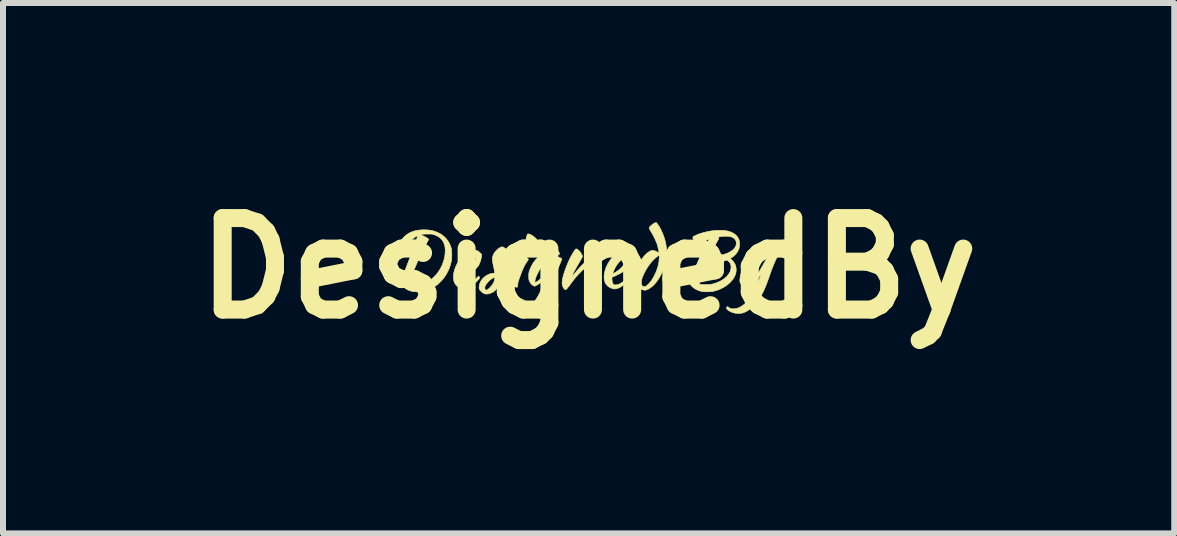
<source format=kicad_pcb>
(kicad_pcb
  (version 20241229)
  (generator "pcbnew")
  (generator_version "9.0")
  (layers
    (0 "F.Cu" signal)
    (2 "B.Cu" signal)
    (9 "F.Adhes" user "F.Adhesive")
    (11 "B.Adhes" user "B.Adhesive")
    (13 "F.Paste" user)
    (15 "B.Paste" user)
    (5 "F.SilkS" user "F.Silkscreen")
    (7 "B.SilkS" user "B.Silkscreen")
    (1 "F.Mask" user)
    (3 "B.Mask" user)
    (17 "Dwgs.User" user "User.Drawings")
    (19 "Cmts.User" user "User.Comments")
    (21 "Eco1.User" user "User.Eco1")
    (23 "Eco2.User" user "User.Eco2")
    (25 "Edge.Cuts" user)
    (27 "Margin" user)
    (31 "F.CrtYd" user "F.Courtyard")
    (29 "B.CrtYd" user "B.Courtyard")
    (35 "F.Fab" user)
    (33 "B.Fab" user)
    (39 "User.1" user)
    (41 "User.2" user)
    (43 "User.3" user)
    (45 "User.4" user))
  (footprint "DesignedBy"
    (layer "F.Cu")
    (at 6.756 1.418)
    (property "Reference" "DesignedBy" (at 0 0 0) (layer "F.SilkS") (effects (font (size 1.524 1.524) (thickness 0.3))))
    (attr through_hole)
    (fp_poly (pts (xy -0.992 -0.569) (xy -0.975 -0.563) (xy -0.954 -0.553) (xy -0.933 -0.54) (xy -0.912 -0.525) (xy -0.896 -0.512) (xy -0.879 -0.496) (xy -0.869 -0.485) (xy -0.864 -0.476) (xy -0.864 -0.468) (xy -0.87 -0.458) (xy -0.882 -0.445) (xy -0.889 -0.438) (xy -0.903 -0.422) (xy -0.92 -0.403) (xy -0.937 -0.382) (xy -0.955 -0.361) (xy -0.97 -0.341) (xy -0.983 -0.324) (xy -0.992 -0.311) (xy -0.994 -0.308) (xy -1.003 -0.299) (xy -1.014 -0.297) (xy -1.027 -0.304) (xy -1.033 -0.309) (xy -1.042 -0.318) (xy -1.045 -0.326) (xy -1.044 -0.337) (xy -1.045 -0.353) (xy -1.048 -0.363) (xy -1.052 -0.378) (xy -1.054 -0.399) (xy -1.052 -0.426) (xy -1.048 -0.456) (xy -1.042 -0.489) (xy -1.033 -0.522) (xy -1.028 -0.54) (xy -1.022 -0.555) (xy -1.018 -0.564) (xy -1.014 -0.569) (xy -1.008 -0.57) (xy -1.005 -0.571) (xy -0.992 -0.569)) (stroke (width 0.01) (type solid)) (fill yes) (layer "F.SilkS"))
    (fp_poly (pts (xy -1.116 -0.226) (xy -1.1 -0.22) (xy -1.081 -0.211) (xy -1.062 -0.199) (xy -1.043 -0.186) (xy -1.026 -0.173) (xy -1.013 -0.161) (xy -1.005 -0.151) (xy -1.003 -0.146) (xy -1.006 -0.14) (xy -1.012 -0.129) (xy -1.022 -0.116) (xy -1.027 -0.109) (xy -1.045 -0.083) (xy -1.064 -0.05) (xy -1.083 -0.011) (xy -1.103 0.033) (xy -1.122 0.082) (xy -1.124 0.087) (xy -1.139 0.128) (xy -1.152 0.161) (xy -1.161 0.189) (xy -1.168 0.212) (xy -1.174 0.23) (xy -1.177 0.246) (xy -1.179 0.259) (xy -1.179 0.262) (xy -1.181 0.285) (xy -1.183 0.3) (xy -1.185 0.31) (xy -1.188 0.315) (xy -1.192 0.317) (xy -1.197 0.318) (xy -1.208 0.315) (xy -1.221 0.31) (xy -1.228 0.305) (xy -1.248 0.29) (xy -1.265 0.272) (xy -1.278 0.253) (xy -1.283 0.239) (xy -1.286 0.224) (xy -1.286 0.205) (xy -1.284 0.18) (xy -1.28 0.149) (xy -1.273 0.111) (xy -1.268 0.083) (xy -1.259 0.039) (xy -1.251 0.003) (xy -1.243 -0.028) (xy -1.236 -0.053) (xy -1.23 -0.075) (xy -1.223 -0.095) (xy -1.219 -0.104) (xy -1.206 -0.131) (xy -1.192 -0.156) (xy -1.176 -0.179) (xy -1.16 -0.199) (xy -1.145 -0.214) (xy -1.131 -0.224) (xy -1.119 -0.227) (xy -1.116 -0.226)) (stroke (width 0.01) (type solid)) (fill yes) (layer "F.SilkS"))
    (fp_poly (pts (xy -1.899 -0.3) (xy -1.877 -0.297) (xy -1.858 -0.292) (xy -1.84 -0.282) (xy -1.821 -0.267) (xy -1.809 -0.257) (xy -1.781 -0.231) (xy -1.784 -0.203) (xy -1.791 -0.158) (xy -1.803 -0.114) (xy -1.819 -0.074) (xy -1.821 -0.068) (xy -1.831 -0.049) (xy -1.842 -0.033) (xy -1.854 -0.018) (xy -1.871 0.001) (xy -1.877 0.007) (xy -1.896 0.024) (xy -1.915 0.041) (xy -1.934 0.056) (xy -1.947 0.066) (xy -1.964 0.075) (xy -1.985 0.087) (xy -2.01 0.1) (xy -2.036 0.113) (xy -2.062 0.126) (xy -2.084 0.136) (xy -2.102 0.143) (xy -2.105 0.144) (xy -2.121 0.15) (xy -2.121 0.182) (xy -2.119 0.215) (xy -2.112 0.242) (xy -2.102 0.262) (xy -2.096 0.268) (xy -2.089 0.275) (xy -2.082 0.278) (xy -2.072 0.279) (xy -2.058 0.279) (xy -2.055 0.279) (xy -2.023 0.273) (xy -1.99 0.26) (xy -1.954 0.239) (xy -1.916 0.211) (xy -1.876 0.174) (xy -1.871 0.169) (xy -1.834 0.132) (xy -1.823 0.143) (xy -1.816 0.152) (xy -1.812 0.158) (xy -1.812 0.158) (xy -1.815 0.164) (xy -1.823 0.175) (xy -1.834 0.188) (xy -1.848 0.204) (xy -1.864 0.22) (xy -1.879 0.236) (xy -1.894 0.25) (xy -1.903 0.258) (xy -1.943 0.29) (xy -1.981 0.315) (xy -2.015 0.332) (xy -2.046 0.342) (xy -2.076 0.346) (xy -2.104 0.343) (xy -2.106 0.343) (xy -2.13 0.334) (xy -2.155 0.322) (xy -2.179 0.307) (xy -2.194 0.295) (xy -2.218 0.268) (xy -2.235 0.24) (xy -2.246 0.208) (xy -2.251 0.172) (xy -2.252 0.147) (xy -2.248 0.091) (xy -2.248 0.091) (xy -2.108 0.091) (xy -2.107 0.093) (xy -2.101 0.092) (xy -2.091 0.086) (xy -2.076 0.077) (xy -2.062 0.069) (xy -2.011 0.033) (xy -1.968 -0.004) (xy -1.933 -0.043) (xy -1.907 -0.083) (xy -1.899 -0.098) (xy -1.891 -0.115) (xy -1.885 -0.134) (xy -1.88 -0.151) (xy -1.876 -0.166) (xy -1.876 -0.177) (xy -1.877 -0.18) (xy -1.883 -0.181) (xy -1.894 -0.178) (xy -1.909 -0.172) (xy -1.926 -0.164) (xy -1.942 -0.154) (xy -1.946 -0.152) (xy -1.979 -0.126) (xy -2.011 -0.092) (xy -2.041 -0.053) (xy -2.067 -0.009) (xy -2.09 0.039) (xy -2.097 0.058) (xy -2.102 0.073) (xy -2.106 0.085) (xy -2.108 0.091) (xy -2.108 0.091) (xy -2.248 0.091) (xy -2.236 0.035) (xy -2.216 -0.02) (xy -2.19 -0.075) (xy -2.156 -0.127) (xy -2.117 -0.176) (xy -2.096 -0.199) (xy -2.057 -0.234) (xy -2.019 -0.262) (xy -1.981 -0.282) (xy -1.945 -0.295) (xy -1.91 -0.3) (xy -1.899 -0.3)) (stroke (width 0.01) (type solid)) (fill yes) (layer "F.SilkS"))
    (fp_poly (pts (xy 0.611 -0.3) (xy 0.634 -0.297) (xy 0.653 -0.292) (xy 0.671 -0.282) (xy 0.69 -0.267) (xy 0.702 -0.257) (xy 0.729 -0.231) (xy 0.726 -0.203) (xy 0.719 -0.158) (xy 0.707 -0.114) (xy 0.692 -0.074) (xy 0.689 -0.068) (xy 0.679 -0.049) (xy 0.669 -0.033) (xy 0.656 -0.018) (xy 0.639 0.001) (xy 0.633 0.007) (xy 0.615 0.024) (xy 0.595 0.041) (xy 0.576 0.056) (xy 0.563 0.066) (xy 0.547 0.075) (xy 0.525 0.087) (xy 0.5 0.1) (xy 0.474 0.113) (xy 0.449 0.126) (xy 0.426 0.136) (xy 0.408 0.143) (xy 0.405 0.144) (xy 0.389 0.15) (xy 0.389 0.182) (xy 0.392 0.215) (xy 0.398 0.242) (xy 0.409 0.262) (xy 0.414 0.268) (xy 0.422 0.275) (xy 0.429 0.278) (xy 0.438 0.279) (xy 0.453 0.279) (xy 0.456 0.279) (xy 0.487 0.273) (xy 0.521 0.26) (xy 0.556 0.239) (xy 0.594 0.211) (xy 0.634 0.174) (xy 0.64 0.169) (xy 0.676 0.132) (xy 0.687 0.143) (xy 0.695 0.152) (xy 0.698 0.158) (xy 0.699 0.158) (xy 0.696 0.164) (xy 0.688 0.175) (xy 0.676 0.188) (xy 0.662 0.204) (xy 0.647 0.22) (xy 0.631 0.236) (xy 0.616 0.25) (xy 0.608 0.258) (xy 0.567 0.29) (xy 0.53 0.315) (xy 0.496 0.332) (xy 0.464 0.342) (xy 0.434 0.346) (xy 0.407 0.343) (xy 0.405 0.343) (xy 0.381 0.334) (xy 0.355 0.322) (xy 0.332 0.307) (xy 0.316 0.295) (xy 0.292 0.268) (xy 0.275 0.24) (xy 0.265 0.208) (xy 0.259 0.172) (xy 0.258 0.147) (xy 0.262 0.091) (xy 0.263 0.091) (xy 0.402 0.091) (xy 0.404 0.093) (xy 0.409 0.092) (xy 0.419 0.086) (xy 0.434 0.077) (xy 0.448 0.069) (xy 0.499 0.033) (xy 0.542 -0.004) (xy 0.577 -0.043) (xy 0.604 -0.083) (xy 0.611 -0.098) (xy 0.619 -0.115) (xy 0.625 -0.134) (xy 0.631 -0.151) (xy 0.634 -0.166) (xy 0.635 -0.177) (xy 0.634 -0.18) (xy 0.628 -0.181) (xy 0.616 -0.178) (xy 0.602 -0.172) (xy 0.585 -0.164) (xy 0.568 -0.154) (xy 0.564 -0.152) (xy 0.531 -0.126) (xy 0.499 -0.092) (xy 0.469 -0.053) (xy 0.443 -0.009) (xy 0.421 0.039) (xy 0.413 0.058) (xy 0.408 0.073) (xy 0.404 0.085) (xy 0.402 0.091) (xy 0.402 0.091) (xy 0.263 0.091) (xy 0.275 0.035) (xy 0.294 -0.02) (xy 0.321 -0.075) (xy 0.354 -0.127) (xy 0.393 -0.176) (xy 0.415 -0.199) (xy 0.453 -0.234) (xy 0.491 -0.262) (xy 0.529 -0.282) (xy 0.566 -0.295) (xy 0.601 -0.3) (xy 0.611 -0.3)) (stroke (width 0.01) (type solid)) (fill yes) (layer "F.SilkS"))
    (fp_poly (pts (xy 1.127 -0.759) (xy 1.133 -0.755) (xy 1.135 -0.752) (xy 1.159 -0.72) (xy 1.184 -0.682) (xy 1.207 -0.637) (xy 1.229 -0.589) (xy 1.249 -0.538) (xy 1.266 -0.487) (xy 1.28 -0.436) (xy 1.285 -0.414) (xy 1.297 -0.339) (xy 1.302 -0.267) (xy 1.299 -0.197) (xy 1.29 -0.128) (xy 1.273 -0.057) (xy 1.248 0.015) (xy 1.246 0.021) (xy 1.221 0.078) (xy 1.193 0.132) (xy 1.163 0.182) (xy 1.131 0.228) (xy 1.097 0.268) (xy 1.062 0.302) (xy 1.027 0.329) (xy 0.992 0.35) (xy 0.967 0.36) (xy 0.953 0.364) (xy 0.943 0.367) (xy 0.938 0.368) (xy 0.938 0.368) (xy 0.934 0.367) (xy 0.924 0.365) (xy 0.91 0.362) (xy 0.908 0.361) (xy 0.868 0.349) (xy 0.833 0.331) (xy 0.805 0.307) (xy 0.783 0.278) (xy 0.767 0.244) (xy 0.764 0.226) (xy 0.878 0.226) (xy 0.878 0.254) (xy 0.884 0.277) (xy 0.894 0.294) (xy 0.903 0.301) (xy 0.918 0.307) (xy 0.932 0.308) (xy 0.948 0.303) (xy 0.954 0.3) (xy 0.965 0.293) (xy 0.979 0.282) (xy 0.994 0.268) (xy 1.001 0.261) (xy 1.034 0.224) (xy 1.065 0.179) (xy 1.093 0.129) (xy 1.119 0.074) (xy 1.141 0.016) (xy 1.141 0.015) (xy 1.153 -0.021) (xy 1.161 -0.052) (xy 1.167 -0.08) (xy 1.172 -0.108) (xy 1.174 -0.138) (xy 1.176 -0.16) (xy 1.178 -0.217) (xy 1.16 -0.207) (xy 1.148 -0.199) (xy 1.132 -0.186) (xy 1.113 -0.169) (xy 1.092 -0.15) (xy 1.072 -0.13) (xy 1.053 -0.11) (xy 1.038 -0.092) (xy 1.036 -0.09) (xy 1.006 -0.051) (xy 0.977 -0.008) (xy 0.95 0.038) (xy 0.926 0.084) (xy 0.905 0.129) (xy 0.894 0.158) (xy 0.883 0.194) (xy 0.878 0.226) (xy 0.764 0.226) (xy 0.759 0.206) (xy 0.758 0.18) (xy 0.759 0.158) (xy 0.763 0.13) (xy 0.77 0.099) (xy 0.778 0.068) (xy 0.786 0.042) (xy 0.803 -0.003) (xy 0.823 -0.048) (xy 0.847 -0.091) (xy 0.872 -0.132) (xy 0.9 -0.17) (xy 0.928 -0.204) (xy 0.957 -0.234) (xy 0.985 -0.259) (xy 1.013 -0.278) (xy 1.039 -0.291) (xy 1.064 -0.296) (xy 1.069 -0.296) (xy 1.088 -0.294) (xy 1.11 -0.286) (xy 1.134 -0.276) (xy 1.155 -0.263) (xy 1.159 -0.26) (xy 1.168 -0.253) (xy 1.172 -0.252) (xy 1.173 -0.255) (xy 1.173 -0.259) (xy 1.172 -0.27) (xy 1.169 -0.288) (xy 1.164 -0.31) (xy 1.159 -0.334) (xy 1.153 -0.359) (xy 1.147 -0.382) (xy 1.141 -0.402) (xy 1.139 -0.409) (xy 1.125 -0.443) (xy 1.108 -0.482) (xy 1.087 -0.525) (xy 1.063 -0.569) (xy 1.042 -0.606) (xy 1.03 -0.627) (xy 1.02 -0.644) (xy 1.013 -0.659) (xy 1.008 -0.668) (xy 1.008 -0.67) (xy 1.011 -0.679) (xy 1.02 -0.691) (xy 1.034 -0.705) (xy 1.051 -0.72) (xy 1.069 -0.733) (xy 1.087 -0.745) (xy 1.104 -0.754) (xy 1.11 -0.756) (xy 1.121 -0.759) (xy 1.127 -0.759)) (stroke (width 0.01) (type solid)) (fill yes) (layer "F.SilkS"))
    (fp_poly (pts (xy -1.425 -0.352) (xy -1.41 -0.344) (xy -1.391 -0.331) (xy -1.372 -0.314) (xy -1.352 -0.296) (xy -1.332 -0.276) (xy -1.315 -0.256) (xy -1.301 -0.237) (xy -1.3 -0.235) (xy -1.292 -0.221) (xy -1.288 -0.208) (xy -1.288 -0.194) (xy -1.291 -0.175) (xy -1.294 -0.161) (xy -1.302 -0.135) (xy -1.311 -0.111) (xy -1.322 -0.091) (xy -1.334 -0.075) (xy -1.345 -0.064) (xy -1.356 -0.059) (xy -1.365 -0.06) (xy -1.372 -0.069) (xy -1.372 -0.069) (xy -1.374 -0.076) (xy -1.373 -0.085) (xy -1.37 -0.098) (xy -1.365 -0.114) (xy -1.358 -0.14) (xy -1.357 -0.161) (xy -1.362 -0.175) (xy -1.372 -0.183) (xy -1.388 -0.186) (xy -1.395 -0.185) (xy -1.416 -0.179) (xy -1.435 -0.164) (xy -1.45 -0.142) (xy -1.463 -0.113) (xy -1.473 -0.076) (xy -1.481 -0.032) (xy -1.485 0.017) (xy -1.487 0.072) (xy -1.441 0.073) (xy -1.421 0.074) (xy -1.407 0.074) (xy -1.399 0.076) (xy -1.395 0.078) (xy -1.394 0.082) (xy -1.394 0.083) (xy -1.394 0.091) (xy -1.398 0.097) (xy -1.408 0.103) (xy -1.424 0.108) (xy -1.433 0.11) (xy -1.454 0.116) (xy -1.468 0.121) (xy -1.477 0.127) (xy -1.482 0.136) (xy -1.484 0.149) (xy -1.485 0.169) (xy -1.485 0.179) (xy -1.486 0.214) (xy -1.489 0.243) (xy -1.495 0.27) (xy -1.504 0.295) (xy -1.51 0.308) (xy -1.531 0.343) (xy -1.559 0.373) (xy -1.592 0.398) (xy -1.63 0.416) (xy -1.66 0.425) (xy -1.686 0.43) (xy -1.707 0.431) (xy -1.726 0.428) (xy -1.743 0.421) (xy -1.762 0.41) (xy -1.782 0.395) (xy -1.8 0.377) (xy -1.813 0.36) (xy -1.817 0.355) (xy -1.823 0.333) (xy -1.823 0.328) (xy -1.73 0.328) (xy -1.73 0.333) (xy -1.727 0.343) (xy -1.721 0.355) (xy -1.714 0.364) (xy -1.708 0.368) (xy -1.707 0.368) (xy -1.703 0.367) (xy -1.694 0.362) (xy -1.688 0.359) (xy -1.672 0.349) (xy -1.654 0.333) (xy -1.635 0.314) (xy -1.617 0.293) (xy -1.601 0.273) (xy -1.594 0.261) (xy -1.581 0.236) (xy -1.571 0.21) (xy -1.565 0.186) (xy -1.562 0.167) (xy -1.562 0.167) (xy -1.563 0.157) (xy -1.566 0.154) (xy -1.572 0.155) (xy -1.594 0.164) (xy -1.618 0.179) (xy -1.642 0.197) (xy -1.665 0.219) (xy -1.686 0.242) (xy -1.704 0.265) (xy -1.718 0.288) (xy -1.727 0.309) (xy -1.73 0.328) (xy -1.823 0.328) (xy -1.824 0.307) (xy -1.82 0.279) (xy -1.81 0.249) (xy -1.797 0.219) (xy -1.779 0.191) (xy -1.769 0.18) (xy -1.74 0.15) (xy -1.706 0.125) (xy -1.671 0.106) (xy -1.634 0.092) (xy -1.598 0.085) (xy -1.585 0.085) (xy -1.565 0.085) (xy -1.568 0.056) (xy -1.569 0.042) (xy -1.573 0.021) (xy -1.578 -0.003) (xy -1.583 -0.028) (xy -1.586 -0.038) (xy -1.594 -0.078) (xy -1.6 -0.111) (xy -1.603 -0.139) (xy -1.603 -0.163) (xy -1.6 -0.186) (xy -1.593 -0.207) (xy -1.584 -0.23) (xy -1.58 -0.238) (xy -1.565 -0.262) (xy -1.546 -0.286) (xy -1.524 -0.308) (xy -1.501 -0.327) (xy -1.478 -0.342) (xy -1.455 -0.352) (xy -1.436 -0.356) (xy -1.436 -0.356) (xy -1.425 -0.352)) (stroke (width 0.01) (type solid)) (fill yes) (layer "F.SilkS"))
    (fp_poly (pts (xy 2.78 -0.304) (xy 2.807 -0.299) (xy 2.833 -0.29) (xy 2.856 -0.278) (xy 2.866 -0.272) (xy 2.88 -0.26) (xy 2.851 -0.22) (xy 2.811 -0.159) (xy 2.773 -0.092) (xy 2.738 -0.022) (xy 2.709 0.049) (xy 2.685 0.118) (xy 2.683 0.122) (xy 2.676 0.151) (xy 2.669 0.178) (xy 2.665 0.202) (xy 2.663 0.221) (xy 2.663 0.235) (xy 2.666 0.243) (xy 2.666 0.243) (xy 2.674 0.243) (xy 2.686 0.238) (xy 2.702 0.228) (xy 2.719 0.215) (xy 2.731 0.204) (xy 2.748 0.187) (xy 2.765 0.168) (xy 2.783 0.147) (xy 2.801 0.121) (xy 2.821 0.092) (xy 2.842 0.057) (xy 2.866 0.017) (xy 2.892 -0.029) (xy 2.915 -0.071) (xy 2.932 -0.101) (xy 2.949 -0.131) (xy 2.965 -0.161) (xy 2.98 -0.187) (xy 2.992 -0.209) (xy 3 -0.224) (xy 3.028 -0.272) (xy 3.048 -0.269) (xy 3.067 -0.265) (xy 3.088 -0.259) (xy 3.108 -0.251) (xy 3.127 -0.242) (xy 3.142 -0.234) (xy 3.151 -0.226) (xy 3.154 -0.22) (xy 3.152 -0.216) (xy 3.148 -0.204) (xy 3.141 -0.188) (xy 3.132 -0.169) (xy 3.126 -0.156) (xy 3.104 -0.108) (xy 3.086 -0.065) (xy 3.069 -0.024) (xy 3.053 0.016) (xy 3.037 0.06) (xy 3.02 0.108) (xy 3.014 0.127) (xy 2.99 0.195) (xy 2.967 0.257) (xy 2.945 0.311) (xy 2.924 0.361) (xy 2.903 0.405) (xy 2.881 0.446) (xy 2.859 0.484) (xy 2.835 0.52) (xy 2.809 0.555) (xy 2.806 0.559) (xy 2.765 0.608) (xy 2.723 0.65) (xy 2.681 0.686) (xy 2.638 0.715) (xy 2.596 0.736) (xy 2.563 0.747) (xy 2.538 0.751) (xy 2.508 0.753) (xy 2.477 0.753) (xy 2.447 0.75) (xy 2.422 0.746) (xy 2.421 0.745) (xy 2.39 0.735) (xy 2.36 0.722) (xy 2.335 0.707) (xy 2.32 0.696) (xy 2.307 0.683) (xy 2.299 0.673) (xy 2.297 0.664) (xy 2.299 0.656) (xy 2.299 0.655) (xy 2.306 0.644) (xy 2.315 0.642) (xy 2.326 0.647) (xy 2.332 0.651) (xy 2.349 0.664) (xy 2.365 0.672) (xy 2.381 0.676) (xy 2.402 0.677) (xy 2.41 0.677) (xy 2.452 0.674) (xy 2.493 0.662) (xy 2.534 0.643) (xy 2.575 0.616) (xy 2.616 0.581) (xy 2.638 0.559) (xy 2.678 0.513) (xy 2.715 0.463) (xy 2.75 0.407) (xy 2.782 0.344) (xy 2.811 0.274) (xy 2.84 0.197) (xy 2.843 0.188) (xy 2.851 0.163) (xy 2.859 0.141) (xy 2.864 0.123) (xy 2.868 0.11) (xy 2.87 0.104) (xy 2.87 0.103) (xy 2.868 0.105) (xy 2.862 0.113) (xy 2.853 0.126) (xy 2.842 0.141) (xy 2.841 0.143) (xy 2.817 0.177) (xy 2.796 0.206) (xy 2.775 0.231) (xy 2.753 0.254) (xy 2.736 0.271) (xy 2.714 0.292) (xy 2.695 0.307) (xy 2.678 0.316) (xy 2.663 0.32) (xy 2.646 0.321) (xy 2.643 0.32) (xy 2.616 0.314) (xy 2.588 0.302) (xy 2.564 0.286) (xy 2.543 0.267) (xy 2.528 0.246) (xy 2.526 0.242) (xy 2.521 0.223) (xy 2.52 0.197) (xy 2.523 0.165) (xy 2.529 0.129) (xy 2.539 0.09) (xy 2.552 0.047) (xy 2.567 0.003) (xy 2.585 -0.043) (xy 2.606 -0.088) (xy 2.616 -0.11) (xy 2.646 -0.165) (xy 2.676 -0.212) (xy 2.705 -0.252) (xy 2.727 -0.277) (xy 2.755 -0.306) (xy 2.78 -0.304)) (stroke (width 0.01) (type solid)) (fill yes) (layer "F.SilkS"))
    (fp_poly (pts (xy -0.198 -0.319) (xy -0.184 -0.311) (xy -0.169 -0.3) (xy -0.155 -0.288) (xy -0.147 -0.279) (xy -0.137 -0.266) (xy -0.126 -0.249) (xy -0.116 -0.231) (xy -0.116 -0.23) (xy -0.1 -0.2) (xy -0.11 -0.177) (xy -0.115 -0.168) (xy -0.124 -0.152) (xy -0.135 -0.131) (xy -0.149 -0.107) (xy -0.164 -0.081) (xy -0.177 -0.06) (xy -0.2 -0.019) (xy -0.222 0.019) (xy -0.24 0.052) (xy -0.255 0.081) (xy -0.266 0.104) (xy -0.274 0.122) (xy -0.277 0.131) (xy -0.278 0.137) (xy -0.276 0.137) (xy -0.27 0.132) (xy -0.264 0.125) (xy -0.257 0.116) (xy -0.245 0.102) (xy -0.23 0.085) (xy -0.213 0.065) (xy -0.196 0.044) (xy -0.174 0.019) (xy -0.149 -0.009) (xy -0.122 -0.038) (xy -0.093 -0.067) (xy -0.065 -0.096) (xy -0.038 -0.123) (xy -0.013 -0.147) (xy 0.009 -0.167) (xy 0.027 -0.182) (xy 0.032 -0.185) (xy 0.063 -0.207) (xy 0.091 -0.222) (xy 0.116 -0.232) (xy 0.14 -0.236) (xy 0.144 -0.236) (xy 0.165 -0.236) (xy 0.18 -0.234) (xy 0.188 -0.231) (xy 0.201 -0.222) (xy 0.215 -0.208) (xy 0.228 -0.192) (xy 0.238 -0.176) (xy 0.24 -0.167) (xy 0.238 -0.162) (xy 0.233 -0.158) (xy 0.216 -0.143) (xy 0.199 -0.121) (xy 0.179 -0.093) (xy 0.159 -0.059) (xy 0.139 -0.019) (xy 0.123 0.016) (xy 0.105 0.058) (xy 0.092 0.095) (xy 0.084 0.128) (xy 0.079 0.161) (xy 0.077 0.181) (xy 0.076 0.2) (xy 0.077 0.213) (xy 0.078 0.222) (xy 0.08 0.228) (xy 0.084 0.232) (xy 0.084 0.232) (xy 0.092 0.239) (xy 0.102 0.241) (xy 0.115 0.239) (xy 0.134 0.234) (xy 0.134 0.234) (xy 0.148 0.23) (xy 0.155 0.229) (xy 0.16 0.23) (xy 0.163 0.235) (xy 0.169 0.247) (xy 0.167 0.258) (xy 0.158 0.268) (xy 0.149 0.274) (xy 0.122 0.291) (xy 0.099 0.301) (xy 0.077 0.307) (xy 0.055 0.309) (xy 0.053 0.309) (xy 0.026 0.307) (xy 0.004 0.302) (xy -0.015 0.293) (xy -0.027 0.283) (xy -0.041 0.269) (xy -0.051 0.253) (xy -0.057 0.233) (xy -0.06 0.208) (xy -0.061 0.177) (xy -0.061 0.176) (xy -0.061 0.156) (xy -0.06 0.138) (xy -0.057 0.121) (xy -0.053 0.103) (xy -0.047 0.082) (xy -0.038 0.057) (xy -0.026 0.026) (xy -0.02 0.011) (xy -0.013 -0.008) (xy -0.007 -0.025) (xy -0.003 -0.038) (xy -0.001 -0.044) (xy -0.001 -0.045) (xy -0.006 -0.044) (xy -0.016 -0.038) (xy -0.031 -0.028) (xy -0.048 -0.015) (xy -0.067 0.001) (xy -0.088 0.02) (xy -0.109 0.039) (xy -0.124 0.054) (xy -0.151 0.082) (xy -0.175 0.107) (xy -0.197 0.131) (xy -0.218 0.156) (xy -0.239 0.182) (xy -0.262 0.212) (xy -0.288 0.246) (xy -0.293 0.254) (xy -0.317 0.286) (xy -0.337 0.311) (xy -0.352 0.331) (xy -0.365 0.345) (xy -0.374 0.354) (xy -0.381 0.359) (xy -0.385 0.36) (xy -0.391 0.357) (xy -0.4 0.35) (xy -0.407 0.343) (xy -0.425 0.317) (xy -0.437 0.287) (xy -0.442 0.252) (xy -0.442 0.243) (xy -0.439 0.212) (xy -0.433 0.175) (xy -0.423 0.133) (xy -0.41 0.086) (xy -0.393 0.036) (xy -0.374 -0.015) (xy -0.353 -0.068) (xy -0.33 -0.121) (xy -0.309 -0.165) (xy -0.294 -0.194) (xy -0.278 -0.222) (xy -0.263 -0.248) (xy -0.248 -0.272) (xy -0.235 -0.293) (xy -0.223 -0.308) (xy -0.214 -0.318) (xy -0.208 -0.322) (xy -0.198 -0.319)) (stroke (width 0.01) (type solid)) (fill yes) (layer "F.SilkS"))
    (fp_poly (pts (xy -2.689 -0.638) (xy -2.643 -0.633) (xy -2.601 -0.625) (xy -2.56 -0.613) (xy -2.519 -0.597) (xy -2.466 -0.57) (xy -2.419 -0.537) (xy -2.378 -0.498) (xy -2.343 -0.454) (xy -2.315 -0.405) (xy -2.294 -0.351) (xy -2.289 -0.337) (xy -2.285 -0.312) (xy -2.281 -0.282) (xy -2.28 -0.248) (xy -2.279 -0.211) (xy -2.281 -0.175) (xy -2.284 -0.141) (xy -2.288 -0.111) (xy -2.289 -0.104) (xy -2.309 -0.033) (xy -2.336 0.036) (xy -2.37 0.1) (xy -2.409 0.16) (xy -2.455 0.214) (xy -2.506 0.263) (xy -2.562 0.305) (xy -2.563 0.306) (xy -2.616 0.337) (xy -2.667 0.361) (xy -2.719 0.379) (xy -2.756 0.387) (xy -2.779 0.39) (xy -2.808 0.392) (xy -2.84 0.393) (xy -2.871 0.393) (xy -2.901 0.391) (xy -2.926 0.389) (xy -2.934 0.387) (xy -2.959 0.381) (xy -2.982 0.374) (xy -3.006 0.364) (xy -3.023 0.356) (xy -3.043 0.343) (xy -3.065 0.325) (xy -3.088 0.304) (xy -3.107 0.282) (xy -3.12 0.264) (xy -2.988 0.264) (xy -2.987 0.27) (xy -2.979 0.274) (xy -2.963 0.276) (xy -2.939 0.278) (xy -2.908 0.278) (xy -2.885 0.278) (xy -2.856 0.277) (xy -2.833 0.276) (xy -2.815 0.274) (xy -2.8 0.272) (xy -2.786 0.268) (xy -2.781 0.267) (xy -2.723 0.246) (xy -2.668 0.217) (xy -2.616 0.181) (xy -2.569 0.139) (xy -2.525 0.091) (xy -2.487 0.037) (xy -2.454 -0.02) (xy -2.428 -0.082) (xy -2.407 -0.148) (xy -2.4 -0.177) (xy -2.391 -0.239) (xy -2.388 -0.296) (xy -2.392 -0.348) (xy -2.402 -0.394) (xy -2.419 -0.436) (xy -2.443 -0.473) (xy -2.474 -0.504) (xy -2.511 -0.53) (xy -2.555 -0.551) (xy -2.578 -0.559) (xy -2.591 -0.563) (xy -2.603 -0.566) (xy -2.616 -0.568) (xy -2.632 -0.569) (xy -2.653 -0.569) (xy -2.68 -0.569) (xy -2.682 -0.569) (xy -2.718 -0.569) (xy -2.747 -0.568) (xy -2.768 -0.565) (xy -2.776 -0.564) (xy -2.799 -0.558) (xy -2.763 -0.542) (xy -2.746 -0.534) (xy -2.727 -0.524) (xy -2.707 -0.513) (xy -2.69 -0.502) (xy -2.676 -0.492) (xy -2.667 -0.485) (xy -2.665 -0.483) (xy -2.666 -0.478) (xy -2.671 -0.467) (xy -2.678 -0.452) (xy -2.687 -0.437) (xy -2.704 -0.406) (xy -2.724 -0.369) (xy -2.745 -0.326) (xy -2.769 -0.279) (xy -2.793 -0.229) (xy -2.818 -0.177) (xy -2.842 -0.124) (xy -2.865 -0.072) (xy -2.887 -0.022) (xy -2.907 0.025) (xy -2.919 0.053) (xy -2.932 0.086) (xy -2.944 0.119) (xy -2.956 0.151) (xy -2.966 0.182) (xy -2.975 0.209) (xy -2.981 0.233) (xy -2.986 0.251) (xy -2.988 0.264) (xy -3.12 0.264) (xy -3.122 0.261) (xy -3.126 0.255) (xy -3.137 0.233) (xy -3.114 0.177) (xy -3.1 0.143) (xy -3.084 0.102) (xy -3.066 0.056) (xy -3.046 0.006) (xy -3.026 -0.048) (xy -3.004 -0.103) (xy -2.983 -0.159) (xy -2.962 -0.215) (xy -2.942 -0.27) (xy -2.923 -0.321) (xy -2.905 -0.369) (xy -2.89 -0.412) (xy -2.877 -0.448) (xy -2.873 -0.461) (xy -2.845 -0.542) (xy -2.874 -0.527) (xy -2.907 -0.507) (xy -2.94 -0.481) (xy -2.97 -0.452) (xy -2.983 -0.436) (xy -3 -0.413) (xy -3.016 -0.385) (xy -3.032 -0.355) (xy -3.046 -0.325) (xy -3.055 -0.302) (xy -3.059 -0.288) (xy -3.063 -0.279) (xy -3.066 -0.275) (xy -3.077 -0.278) (xy -3.091 -0.287) (xy -3.106 -0.299) (xy -3.121 -0.314) (xy -3.133 -0.329) (xy -3.139 -0.338) (xy -3.147 -0.357) (xy -3.151 -0.371) (xy -3.151 -0.385) (xy -3.146 -0.402) (xy -3.145 -0.407) (xy -3.131 -0.442) (xy -3.113 -0.474) (xy -3.089 -0.505) (xy -3.07 -0.525) (xy -3.03 -0.559) (xy -2.986 -0.587) (xy -2.937 -0.609) (xy -2.883 -0.625) (xy -2.824 -0.635) (xy -2.759 -0.639) (xy -2.741 -0.639) (xy -2.689 -0.638)) (stroke (width 0.01) (type solid)) (fill yes) (layer "F.SilkS"))
    (fp_poly (pts (xy -0.556 -0.312) (xy -0.534 -0.307) (xy -0.518 -0.297) (xy -0.505 -0.283) (xy -0.499 -0.273) (xy -0.492 -0.259) (xy -0.487 -0.246) (xy -0.485 -0.24) (xy -0.484 -0.232) (xy -0.486 -0.23) (xy -0.491 -0.233) (xy -0.506 -0.237) (xy -0.526 -0.237) (xy -0.548 -0.233) (xy -0.569 -0.225) (xy -0.569 -0.225) (xy -0.601 -0.207) (xy -0.634 -0.183) (xy -0.669 -0.153) (xy -0.704 -0.118) (xy -0.739 -0.08) (xy -0.772 -0.039) (xy -0.802 0.004) (xy -0.819 0.03) (xy -0.833 0.056) (xy -0.848 0.083) (xy -0.861 0.112) (xy -0.873 0.138) (xy -0.882 0.161) (xy -0.887 0.176) (xy -0.89 0.193) (xy -0.893 0.211) (xy -0.893 0.225) (xy -0.892 0.234) (xy -0.889 0.237) (xy -0.878 0.234) (xy -0.862 0.225) (xy -0.843 0.212) (xy -0.82 0.194) (xy -0.796 0.173) (xy -0.771 0.15) (xy -0.746 0.125) (xy -0.721 0.099) (xy -0.698 0.073) (xy -0.677 0.048) (xy -0.671 0.04) (xy -0.652 0.013) (xy -0.631 -0.019) (xy -0.61 -0.053) (xy -0.591 -0.088) (xy -0.574 -0.12) (xy -0.563 -0.144) (xy -0.554 -0.164) (xy -0.548 -0.176) (xy -0.541 -0.184) (xy -0.533 -0.186) (xy -0.521 -0.185) (xy -0.505 -0.182) (xy -0.503 -0.182) (xy -0.486 -0.177) (xy -0.469 -0.171) (xy -0.456 -0.165) (xy -0.447 -0.159) (xy -0.445 -0.155) (xy -0.446 -0.15) (xy -0.45 -0.139) (xy -0.457 -0.122) (xy -0.465 -0.101) (xy -0.474 -0.08) (xy -0.483 -0.058) (xy -0.495 -0.029) (xy -0.508 0.005) (xy -0.522 0.04) (xy -0.536 0.076) (xy -0.549 0.111) (xy -0.55 0.113) (xy -0.576 0.182) (xy -0.6 0.243) (xy -0.621 0.297) (xy -0.641 0.345) (xy -0.66 0.388) (xy -0.677 0.427) (xy -0.694 0.461) (xy -0.71 0.493) (xy -0.726 0.521) (xy -0.743 0.548) (xy -0.76 0.574) (xy -0.778 0.599) (xy -0.783 0.605) (xy -0.818 0.648) (xy -0.852 0.683) (xy -0.888 0.711) (xy -0.925 0.733) (xy -0.965 0.749) (xy -0.985 0.755) (xy -1.012 0.76) (xy -1.044 0.762) (xy -1.077 0.76) (xy -1.108 0.756) (xy -1.121 0.753) (xy -1.147 0.745) (xy -1.172 0.734) (xy -1.195 0.722) (xy -1.216 0.709) (xy -1.231 0.696) (xy -1.241 0.683) (xy -1.245 0.674) (xy -1.242 0.664) (xy -1.236 0.655) (xy -1.229 0.65) (xy -1.222 0.65) (xy -1.222 0.65) (xy -1.215 0.655) (xy -1.205 0.662) (xy -1.195 0.669) (xy -1.186 0.675) (xy -1.178 0.68) (xy -1.17 0.682) (xy -1.16 0.683) (xy -1.144 0.684) (xy -1.128 0.684) (xy -1.104 0.683) (xy -1.086 0.682) (xy -1.072 0.679) (xy -1.058 0.674) (xy -1.057 0.674) (xy -1.028 0.661) (xy -1 0.645) (xy -0.973 0.624) (xy -0.949 0.603) (xy -0.912 0.565) (xy -0.879 0.523) (xy -0.848 0.475) (xy -0.819 0.421) (xy -0.801 0.384) (xy -0.794 0.366) (xy -0.785 0.344) (xy -0.776 0.32) (xy -0.766 0.295) (xy -0.757 0.27) (xy -0.749 0.246) (xy -0.742 0.225) (xy -0.737 0.209) (xy -0.734 0.197) (xy -0.734 0.192) (xy -0.734 0.192) (xy -0.738 0.193) (xy -0.747 0.199) (xy -0.758 0.209) (xy -0.765 0.214) (xy -0.786 0.231) (xy -0.812 0.25) (xy -0.839 0.268) (xy -0.864 0.283) (xy -0.88 0.292) (xy -0.898 0.301) (xy -0.921 0.29) (xy -0.945 0.274) (xy -0.966 0.25) (xy -0.983 0.222) (xy -0.987 0.213) (xy -0.991 0.202) (xy -0.994 0.191) (xy -0.996 0.178) (xy -0.997 0.162) (xy -0.997 0.14) (xy -0.997 0.131) (xy -0.997 0.107) (xy -0.996 0.089) (xy -0.994 0.074) (xy -0.992 0.062) (xy -0.988 0.048) (xy -0.985 0.04) (xy -0.969 0.001) (xy -0.949 -0.041) (xy -0.927 -0.08) (xy -0.913 -0.101) (xy -0.896 -0.124) (xy -0.873 -0.15) (xy -0.847 -0.177) (xy -0.82 -0.203) (xy -0.793 -0.227) (xy -0.769 -0.246) (xy -0.762 -0.251) (xy -0.721 -0.276) (xy -0.684 -0.293) (xy -0.649 -0.305) (xy -0.614 -0.312) (xy -0.584 -0.313) (xy -0.556 -0.312)) (stroke (width 0.01) (type solid)) (fill yes) (layer "F.SilkS"))
    (fp_poly (pts (xy 2.232 -0.63) (xy 2.261 -0.629) (xy 2.278 -0.627) (xy 2.329 -0.616) (xy 2.374 -0.601) (xy 2.414 -0.581) (xy 2.448 -0.556) (xy 2.476 -0.528) (xy 2.496 -0.496) (xy 2.507 -0.469) (xy 2.512 -0.443) (xy 2.514 -0.412) (xy 2.514 -0.379) (xy 2.51 -0.348) (xy 2.504 -0.321) (xy 2.502 -0.315) (xy 2.483 -0.277) (xy 2.458 -0.241) (xy 2.426 -0.208) (xy 2.391 -0.18) (xy 2.384 -0.176) (xy 2.358 -0.16) (xy 2.377 -0.145) (xy 2.401 -0.122) (xy 2.423 -0.093) (xy 2.442 -0.059) (xy 2.443 -0.058) (xy 2.454 -0.024) (xy 2.459 0.013) (xy 2.458 0.052) (xy 2.451 0.091) (xy 2.438 0.125) (xy 2.414 0.17) (xy 2.381 0.213) (xy 2.342 0.252) (xy 2.298 0.288) (xy 2.248 0.32) (xy 2.194 0.347) (xy 2.137 0.369) (xy 2.078 0.385) (xy 2.076 0.385) (xy 2.048 0.389) (xy 2.015 0.392) (xy 1.979 0.393) (xy 1.944 0.393) (xy 1.912 0.391) (xy 1.885 0.388) (xy 1.884 0.387) (xy 1.84 0.375) (xy 1.798 0.357) (xy 1.759 0.335) (xy 1.726 0.308) (xy 1.699 0.278) (xy 1.691 0.268) (xy 1.68 0.25) (xy 1.68 0.25) (xy 1.841 0.25) (xy 1.844 0.258) (xy 1.852 0.264) (xy 1.866 0.269) (xy 1.887 0.272) (xy 1.915 0.273) (xy 1.95 0.274) (xy 1.962 0.273) (xy 1.991 0.273) (xy 2.014 0.271) (xy 2.033 0.27) (xy 2.05 0.267) (xy 2.067 0.263) (xy 2.074 0.261) (xy 2.136 0.242) (xy 2.192 0.217) (xy 2.241 0.188) (xy 2.284 0.155) (xy 2.32 0.118) (xy 2.336 0.095) (xy 2.356 0.061) (xy 2.368 0.027) (xy 2.373 -0.007) (xy 2.372 -0.039) (xy 2.365 -0.069) (xy 2.351 -0.095) (xy 2.33 -0.117) (xy 2.322 -0.122) (xy 2.305 -0.135) (xy 2.275 -0.125) (xy 2.247 -0.116) (xy 2.221 -0.11) (xy 2.194 -0.105) (xy 2.164 -0.102) (xy 2.129 -0.099) (xy 2.106 -0.099) (xy 2.03 -0.096) (xy 2.008 -0.112) (xy 1.986 -0.127) (xy 1.959 -0.064) (xy 1.943 -0.029) (xy 1.928 0.008) (xy 1.913 0.045) (xy 1.898 0.083) (xy 1.884 0.118) (xy 1.872 0.152) (xy 1.861 0.182) (xy 1.852 0.208) (xy 1.846 0.229) (xy 1.842 0.244) (xy 1.841 0.25) (xy 1.68 0.25) (xy 1.698 0.2) (xy 1.722 0.133) (xy 1.749 0.065) (xy 1.776 -0.003) (xy 1.805 -0.071) (xy 1.834 -0.138) (xy 1.863 -0.202) (xy 1.869 -0.215) (xy 2.028 -0.215) (xy 2.03 -0.214) (xy 2.031 -0.214) (xy 2.037 -0.215) (xy 2.051 -0.216) (xy 2.07 -0.217) (xy 2.093 -0.218) (xy 2.12 -0.219) (xy 2.127 -0.219) (xy 2.165 -0.22) (xy 2.197 -0.221) (xy 2.224 -0.224) (xy 2.247 -0.228) (xy 2.27 -0.234) (xy 2.292 -0.242) (xy 2.317 -0.252) (xy 2.358 -0.273) (xy 2.393 -0.296) (xy 2.422 -0.322) (xy 2.443 -0.349) (xy 2.456 -0.378) (xy 2.462 -0.407) (xy 2.46 -0.437) (xy 2.458 -0.446) (xy 2.446 -0.472) (xy 2.428 -0.493) (xy 2.404 -0.51) (xy 2.372 -0.523) (xy 2.355 -0.527) (xy 2.338 -0.53) (xy 2.314 -0.532) (xy 2.286 -0.532) (xy 2.257 -0.532) (xy 2.229 -0.531) (xy 2.204 -0.528) (xy 2.185 -0.525) (xy 2.184 -0.525) (xy 2.172 -0.522) (xy 2.167 -0.519) (xy 2.167 -0.514) (xy 2.168 -0.509) (xy 2.17 -0.503) (xy 2.169 -0.496) (xy 2.166 -0.487) (xy 2.159 -0.475) (xy 2.149 -0.457) (xy 2.135 -0.434) (xy 2.119 -0.404) (xy 2.101 -0.371) (xy 2.083 -0.335) (xy 2.066 -0.3) (xy 2.049 -0.266) (xy 2.042 -0.251) (xy 2.034 -0.233) (xy 2.03 -0.221) (xy 2.028 -0.215) (xy 1.869 -0.215) (xy 1.892 -0.263) (xy 1.92 -0.32) (xy 1.946 -0.371) (xy 1.972 -0.417) (xy 1.995 -0.456) (xy 2.004 -0.471) (xy 2.012 -0.483) (xy 1.974 -0.47) (xy 1.946 -0.459) (xy 1.917 -0.446) (xy 1.887 -0.433) (xy 1.861 -0.419) (xy 1.839 -0.407) (xy 1.828 -0.399) (xy 1.806 -0.384) (xy 1.788 -0.404) (xy 1.774 -0.422) (xy 1.761 -0.443) (xy 1.75 -0.465) (xy 1.742 -0.485) (xy 1.738 -0.502) (xy 1.738 -0.505) (xy 1.738 -0.522) (xy 1.771 -0.54) (xy 1.807 -0.557) (xy 1.851 -0.574) (xy 1.9 -0.589) (xy 1.953 -0.603) (xy 2.009 -0.615) (xy 2.026 -0.618) (xy 2.054 -0.622) (xy 2.087 -0.626) (xy 2.124 -0.628) (xy 2.161 -0.63) (xy 2.198 -0.63) (xy 2.232 -0.63)) (stroke (width 0.01) (type solid)) (fill yes) (layer "F.SilkS")))
  (gr_rect
    (start -3 -3)
    (end 16.513 5.836)
    (stroke (width 0.1) (type default))
    (fill no)
    (layer "Edge.Cuts")))
</source>
